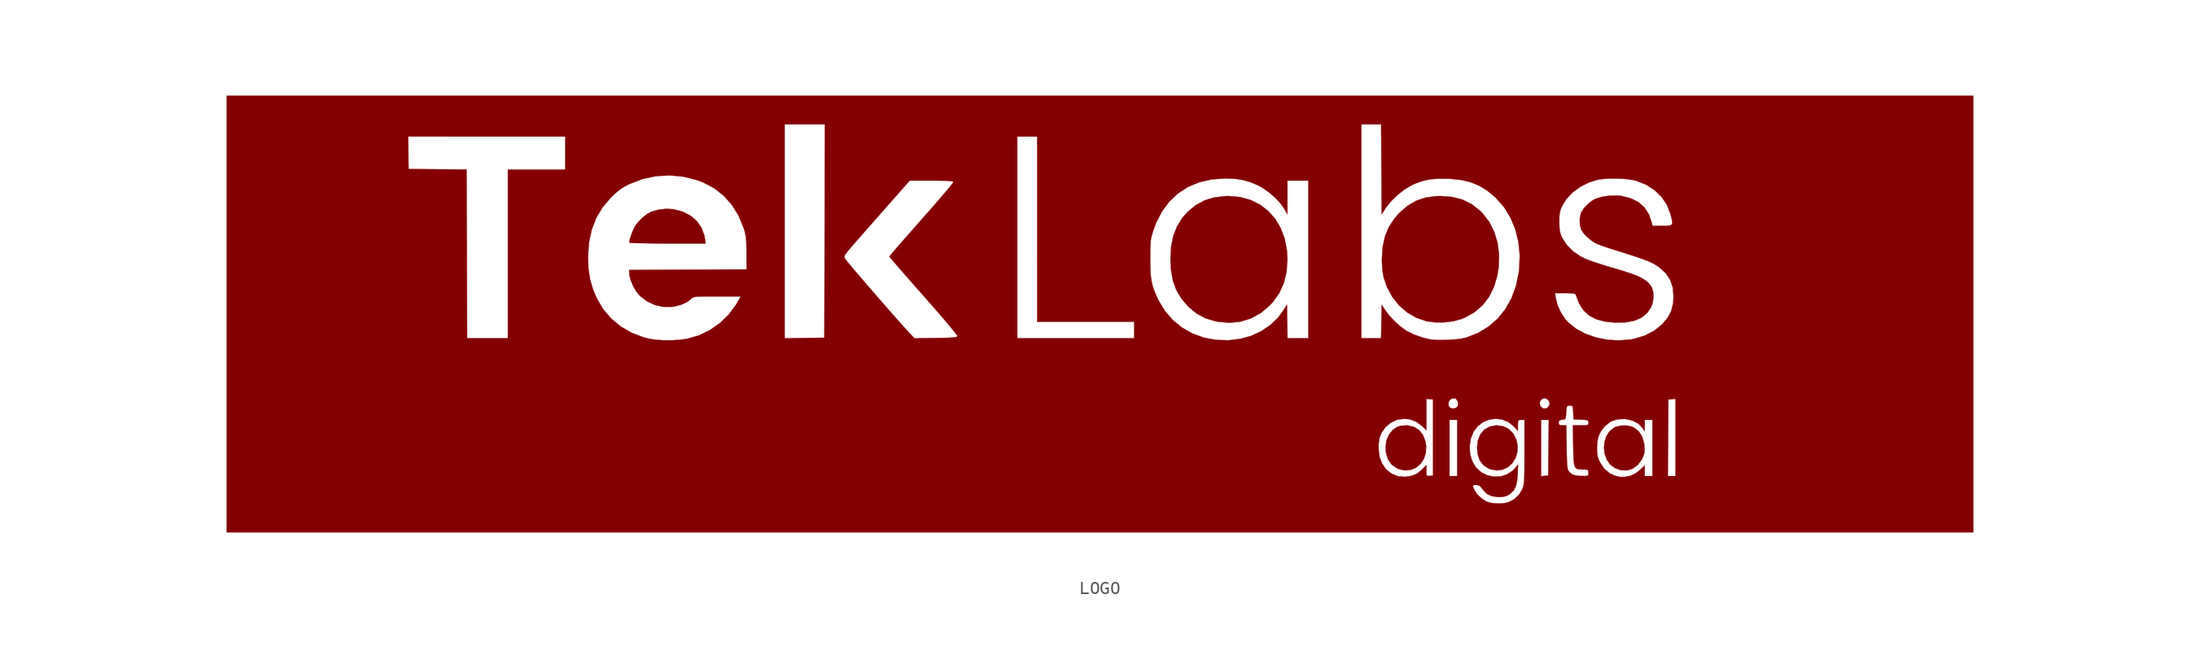
<source format=kicad_sym>
(kicad_symbol_lib
  (version 20211014)
  (generator kicad_symbol_editor)
  (symbol "LOGO"
    (pin_names
      (offset 1.016))
    (property "Reference" "#G"
      (at 0 16.129 0)
      (effects (font (size 1.27 1.27)) hide))
    (symbol "LOGO_0_0"
      (polyline (pts (xy 23.852 -11.97) (xy 24.261 -11.799) (xy 24.606 -11.512) (xy 24.866 -11.127) (xy 25.02 -10.661) (xy 25.044 -10.129) (xy 24.994 -9.803) (xy 24.809 -9.306) (xy 24.512 -8.924) (xy 24.115 -8.671) (xy 23.633 -8.554) (xy 23.079 -8.587) (xy 22.826 -8.667) (xy 22.468 -8.91) (xy 22.185 -9.268) (xy 21.999 -9.712) (xy 21.93 -10.211) (xy 21.961 -10.643) (xy 22.113 -11.155) (xy 22.392 -11.556) (xy 22.796 -11.844) (xy 22.929 -11.903) (xy 23.401 -12.011) (xy 23.852 -11.97)) (stroke (width 0.01) (type default) (color 0 0 0 0)) (fill (type outline)))
      (polyline (pts (xy 30.933 -11.945) (xy 31.334 -11.752) (xy 31.668 -11.448) (xy 31.914 -11.05) (xy 32.052 -10.577) (xy 32.058 -10.045) (xy 31.972 -9.65) (xy 31.746 -9.195) (xy 31.411 -8.849) (xy 30.985 -8.628) (xy 30.485 -8.551) (xy 30.418 -8.553) (xy 29.925 -8.644) (xy 29.519 -8.873) (xy 29.215 -9.225) (xy 29.023 -9.686) (xy 28.956 -10.243) (xy 29.001 -10.769) (xy 29.16 -11.24) (xy 29.44 -11.601) (xy 29.845 -11.863) (xy 30.016 -11.931) (xy 30.486 -12.011) (xy 30.933 -11.945)) (stroke (width 0.01) (type default) (color 0 0 0 0)) (fill (type outline)))
      (polyline (pts (xy 40.908 -11.871) (xy 41.295 -11.589) (xy 41.599 -11.17) (xy 41.711 -10.944) (xy 41.79 -10.713) (xy 41.815 -10.468) (xy 41.802 -10.131) (xy 41.783 -9.947) (xy 41.638 -9.422) (xy 41.369 -9.007) (xy 40.98 -8.708) (xy 40.828 -8.643) (xy 40.423 -8.563) (xy 39.986 -8.57) (xy 39.596 -8.667) (xy 39.477 -8.724) (xy 39.134 -8.998) (xy 38.89 -9.369) (xy 38.745 -9.804) (xy 38.7 -10.272) (xy 38.756 -10.74) (xy 38.913 -11.176) (xy 39.172 -11.549) (xy 39.533 -11.826) (xy 39.991 -11.991) (xy 40.466 -12.008) (xy 40.908 -11.871)) (stroke (width 0.01) (type default) (color 0 0 0 0)) (fill (type outline)))
      (polyline (pts (xy -30.341 5.807) (xy -30.387 6.055) (xy -30.61 6.644) (xy -30.969 7.15) (xy -31.454 7.56) (xy -32.049 7.863) (xy -32.742 8.046) (xy -33.308 8.079) (xy -33.923 8.01) (xy -34.479 7.846) (xy -34.757 7.692) (xy -35.107 7.419) (xy -35.438 7.094) (xy -35.692 6.766) (xy -35.795 6.569) (xy -35.92 6.276) (xy -36.035 5.959) (xy -36.12 5.676) (xy -36.153 5.488) (xy -36.095 5.474) (xy -35.887 5.459) (xy -35.544 5.446) (xy -35.087 5.435) (xy -34.535 5.426) (xy -33.906 5.421) (xy -33.22 5.419) (xy -30.288 5.419) (xy -30.341 5.807)) (stroke (width 0.01) (type default) (color 0 0 0 0)) (fill (type outline)))
      (polyline (pts (xy 10.798 -0.582) (xy 11.594 -0.334) (xy 12.332 0.07) (xy 13.004 0.628) (xy 13.3 0.95) (xy 13.784 1.64) (xy 14.124 2.403) (xy 14.325 3.249) (xy 14.39 4.191) (xy 14.35 4.907) (xy 14.177 5.798) (xy 13.873 6.603) (xy 13.451 7.312) (xy 12.918 7.915) (xy 12.283 8.401) (xy 11.558 8.76) (xy 10.75 8.983) (xy 9.869 9.058) (xy 9.614 9.053) (xy 8.767 8.954) (xy 8.014 8.722) (xy 7.339 8.352) (xy 6.725 7.838) (xy 6.324 7.383) (xy 5.914 6.732) (xy 5.63 6.002) (xy 5.464 5.175) (xy 5.41 4.233) (xy 5.453 3.376) (xy 5.601 2.56) (xy 5.864 1.839) (xy 6.25 1.188) (xy 6.767 0.586) (xy 6.833 0.52) (xy 7.438 0.027) (xy 8.092 -0.323) (xy 8.837 -0.551) (xy 9.07 -0.596) (xy 9.954 -0.67) (xy 10.798 -0.582)) (stroke (width 0.01) (type default) (color 0 0 0 0)) (fill (type outline)))
      (polyline (pts (xy 26.413 -0.64) (xy 27.105 -0.557) (xy 27.718 -0.395) (xy 28.024 -0.272) (xy 28.762 0.141) (xy 29.381 0.675) (xy 29.88 1.328) (xy 30.259 2.098) (xy 30.515 2.985) (xy 30.613 3.606) (xy 30.643 4.548) (xy 30.53 5.451) (xy 30.278 6.296) (xy 29.892 7.064) (xy 29.376 7.737) (xy 29.177 7.938) (xy 28.541 8.435) (xy 27.834 8.785) (xy 27.044 8.991) (xy 26.162 9.059) (xy 25.78 9.049) (xy 24.985 8.938) (xy 24.278 8.7) (xy 23.632 8.324) (xy 23.02 7.798) (xy 22.623 7.355) (xy 22.187 6.694) (xy 21.885 5.968) (xy 21.708 5.155) (xy 21.648 4.233) (xy 21.652 3.928) (xy 21.697 3.301) (xy 21.788 2.794) (xy 22.043 2.054) (xy 22.451 1.302) (xy 22.974 0.651) (xy 23.596 0.114) (xy 24.305 -0.293) (xy 25.084 -0.555) (xy 25.713 -0.641) (xy 26.413 -0.64)) (stroke (width 0.01) (type default) (color 0 0 0 0)) (fill (type outline)))
      (polyline (pts (xy 67.056 16.764) (xy -67.056 16.764) (xy -67.056 13.632) (xy -53.128 13.632) (xy -47.096 13.631) (xy -41.063 13.631) (xy -41.063 11.091) (xy -45.466 11.091) (xy -45.466 4.318) (xy -39.316 4.318) (xy -39.316 4.404) (xy -39.239 5.494) (xy -39.028 6.485) (xy -38.68 7.386) (xy -38.191 8.202) (xy -37.559 8.942) (xy -37.226 9.262) (xy -36.888 9.543) (xy -36.549 9.767) (xy -36.153 9.976) (xy -36.103 9.999) (xy -35.113 10.375) (xy -34.081 10.592) (xy -33.025 10.649) (xy -31.965 10.546) (xy -30.919 10.281) (xy -30.474 10.111) (xy -29.628 9.662) (xy -28.891 9.084) (xy -28.265 8.38) (xy -27.755 7.557) (xy -27.365 6.618) (xy -27.311 6.446) (xy -27.241 6.184) (xy -27.194 5.92) (xy -27.165 5.613) (xy -27.15 5.22) (xy -27.144 4.699) (xy -27.136 3.429) (xy -36.153 3.385) (xy -36.153 3.188) (xy -36.13 2.967) (xy -36.022 2.57) (xy -35.847 2.147) (xy -35.628 1.762) (xy -35.303 1.375) (xy -34.792 0.981) (xy -34.198 0.701) (xy -33.555 0.552) (xy -32.898 0.548) (xy -32.621 0.591) (xy -32.129 0.728) (xy -31.707 0.921) (xy -31.405 1.15) (xy -31.339 1.217) (xy -31.266 1.268) (xy -31.164 1.304) (xy -31.01 1.329) (xy -30.78 1.344) (xy -30.451 1.351) (xy -29.999 1.354) (xy -29.402 1.355) (xy -27.591 1.355) (xy -27.81 0.951) (xy -27.934 0.737) (xy -28.487 -0.018) (xy -29.163 -0.677) (xy -29.937 -1.222) (xy -30.785 -1.636) (xy -31.568 -1.866) (xy -24.215 -1.866) (xy -24.215 14.563) (xy -21.124 14.563) (xy 20.066 14.563) (xy 21.588 14.563) (xy 21.632 7.666) (xy 21.914 8.105) (xy 21.991 8.219) (xy 22.375 8.684) (xy 22.851 9.145) (xy 23.364 9.551) (xy 23.859 9.855) (xy 24.207 10.018) (xy 24.766 10.22) (xy 25.342 10.345) (xy 25.981 10.399) (xy 26.733 10.392) (xy 26.878 10.385) (xy 27.731 10.297) (xy 28.47 10.123) (xy 29.132 9.85) (xy 29.753 9.463) (xy 30.368 8.948) (xy 30.396 8.921) (xy 31.02 8.214) (xy 31.521 7.402) (xy 31.894 6.5) (xy 32.133 5.527) (xy 32.233 4.496) (xy 32.188 3.425) (xy 32.161 3.205) (xy 31.946 2.165) (xy 31.743 1.609) (xy 34.944 1.609) (xy 35.72 1.609) (xy 35.875 1.608) (xy 36.235 1.593) (xy 36.447 1.559) (xy 36.527 1.503) (xy 36.536 1.472) (xy 36.787 0.816) (xy 37.123 0.291) (xy 37.555 -0.11) (xy 38.096 -0.396) (xy 38.757 -0.576) (xy 39.55 -0.658) (xy 40.34 -0.642) (xy 41.007 -0.522) (xy 41.553 -0.293) (xy 41.984 0.047) (xy 42.306 0.5) (xy 42.431 0.832) (xy 42.499 1.259) (xy 42.484 1.676) (xy 42.383 2.015) (xy 42.316 2.134) (xy 42.146 2.359) (xy 41.921 2.561) (xy 41.623 2.75) (xy 41.234 2.935) (xy 40.734 3.125) (xy 40.105 3.33) (xy 39.329 3.559) (xy 38.91 3.682) (xy 38.379 3.848) (xy 37.889 4.011) (xy 37.481 4.158) (xy 37.195 4.275) (xy 36.905 4.424) (xy 36.322 4.824) (xy 35.843 5.301) (xy 35.502 5.825) (xy 35.482 5.866) (xy 35.373 6.122) (xy 35.309 6.367) (xy 35.277 6.66) (xy 35.268 7.063) (xy 35.267 7.14) (xy 35.276 7.521) (xy 35.309 7.803) (xy 35.377 8.048) (xy 35.491 8.317) (xy 35.826 8.853) (xy 36.303 9.351) (xy 36.886 9.776) (xy 37.546 10.107) (xy 38.252 10.321) (xy 38.399 10.347) (xy 38.876 10.393) (xy 39.433 10.409) (xy 40.009 10.396) (xy 40.542 10.354) (xy 40.971 10.284) (xy 41.218 10.218) (xy 41.959 9.92) (xy 42.604 9.502) (xy 43.138 8.978) (xy 43.545 8.361) (xy 43.81 7.666) (xy 43.895 7.335) (xy 43.947 7.056) (xy 43.921 6.889) (xy 43.799 6.806) (xy 43.559 6.777) (xy 43.182 6.773) (xy 42.421 6.773) (xy 42.37 7.006) (xy 42.157 7.64) (xy 41.817 8.171) (xy 41.355 8.586) (xy 40.772 8.883) (xy 40.069 9.062) (xy 39.731 9.096) (xy 39.137 9.086) (xy 38.554 9.002) (xy 38.056 8.853) (xy 37.788 8.703) (xy 37.456 8.439) (xy 37.162 8.132) (xy 36.966 7.838) (xy 36.918 7.719) (xy 36.842 7.315) (xy 36.85 6.879) (xy 36.944 6.495) (xy 37.114 6.226) (xy 37.39 5.93) (xy 37.726 5.65) (xy 38.075 5.431) (xy 38.272 5.346) (xy 38.593 5.226) (xy 38.988 5.09) (xy 39.412 4.955) (xy 39.92 4.798) (xy 40.621 4.577) (xy 41.191 4.39) (xy 41.648 4.232) (xy 42.012 4.094) (xy 42.301 3.969) (xy 42.536 3.852) (xy 42.734 3.733) (xy 42.973 3.568) (xy 43.456 3.124) (xy 43.788 2.62) (xy 43.981 2.037) (xy 44.043 1.355) (xy 44.014 0.848) (xy 43.872 0.252) (xy 43.596 -0.28) (xy 43.171 -0.785) (xy 42.573 -1.274) (xy 41.848 -1.653) (xy 41.014 -1.905) (xy 40.722 -1.959) (xy 39.842 -2.03) (xy 38.957 -1.976) (xy 38.098 -1.805) (xy 37.293 -1.524) (xy 36.574 -1.141) (xy 35.969 -0.663) (xy 35.711 -0.372) (xy 35.383 0.133) (xy 35.135 0.681) (xy 34.999 1.208) (xy 34.944 1.609) (xy 31.743 1.609) (xy 31.601 1.22) (xy 31.13 0.378) (xy 30.54 -0.354) (xy 29.836 -0.968) (xy 29.024 -1.458) (xy 28.109 -1.817) (xy 28.091 -1.822) (xy 27.733 -1.896) (xy 27.262 -1.951) (xy 26.733 -1.986) (xy 26.2 -1.998) (xy 25.717 -1.985) (xy 25.336 -1.944) (xy 24.787 -1.813) (xy 24.129 -1.583) (xy 23.552 -1.301) (xy 23.469 -1.251) (xy 23.05 -0.941) (xy 22.613 -0.546) (xy 22.215 -0.12) (xy 21.909 0.285) (xy 21.632 0.717) (xy 21.609 -0.573) (xy 21.585 -1.863) (xy 20.066 -1.863) (xy 20.066 14.563) (xy -21.124 14.563) (xy -21.127 13.631) (xy -6.35 13.631) (xy -4.826 13.631) (xy -4.826 4.276) (xy 3.857 4.276) (xy 3.858 4.719) (xy 3.865 5.143) (xy 3.88 5.467) (xy 3.91 5.728) (xy 3.958 5.965) (xy 4.029 6.216) (xy 4.128 6.519) (xy 4.301 6.983) (xy 4.752 7.868) (xy 5.314 8.629) (xy 5.983 9.26) (xy 6.753 9.759) (xy 7.617 10.12) (xy 8.57 10.34) (xy 9.605 10.414) (xy 9.763 10.413) (xy 10.432 10.379) (xy 11.012 10.286) (xy 11.566 10.122) (xy 12.155 9.873) (xy 12.45 9.714) (xy 12.947 9.37) (xy 13.428 8.956) (xy 13.843 8.515) (xy 14.147 8.089) (xy 14.392 7.662) (xy 14.393 8.954) (xy 14.393 10.245) (xy 16.002 10.245) (xy 16.002 -1.863) (xy 14.398 -1.863) (xy 14.374 -0.572) (xy 14.351 0.72) (xy 14.126 0.339) (xy 13.677 -0.276) (xy 13.082 -0.841) (xy 12.384 -1.315) (xy 11.612 -1.677) (xy 10.796 -1.907) (xy 9.86 -2.019) (xy 8.889 -1.988) (xy 7.962 -1.81) (xy 7.094 -1.492) (xy 6.298 -1.041) (xy 5.59 -0.464) (xy 4.986 0.233) (xy 4.498 1.043) (xy 4.371 1.308) (xy 4.179 1.752) (xy 4.04 2.162) (xy 3.947 2.579) (xy 3.89 3.044) (xy 3.863 3.595) (xy 3.857 4.276) (xy -4.826 4.276) (xy -4.826 -0.593) (xy 2.625 -0.593) (xy 2.625 -1.863) (xy -6.35 -1.863) (xy -6.35 13.631) (xy -21.127 13.631) (xy -21.145 6.371) (xy -21.149 4.408) (xy -19.637 4.408) (xy -19.619 4.47) (xy -19.57 4.558) (xy -19.48 4.684) (xy -19.342 4.859) (xy -19.146 5.094) (xy -18.882 5.4) (xy -18.543 5.788) (xy -18.119 6.27) (xy -17.602 6.858) (xy -16.981 7.561) (xy -14.616 10.245) (xy -12.822 10.245) (xy -12.262 10.242) (xy -11.849 10.235) (xy -11.562 10.22) (xy -11.382 10.199) (xy -11.288 10.168) (xy -11.261 10.127) (xy -11.285 10.083) (xy -11.408 9.921) (xy -11.624 9.655) (xy -11.924 9.299) (xy -12.294 8.867) (xy -12.724 8.37) (xy -13.202 7.824) (xy -13.716 7.242) (xy -14.064 6.85) (xy -14.554 6.294) (xy -15.001 5.785) (xy -15.392 5.337) (xy -15.716 4.963) (xy -15.961 4.676) (xy -16.117 4.489) (xy -16.171 4.415) (xy -16.124 4.35) (xy -15.975 4.17) (xy -15.734 3.889) (xy -15.413 3.517) (xy -15.023 3.07) (xy -14.575 2.558) (xy -14.079 1.996) (xy -13.548 1.395) (xy -13.056 0.836) (xy -12.558 0.266) (xy -12.108 -0.256) (xy -11.715 -0.718) (xy -11.392 -1.105) (xy -11.148 -1.406) (xy -10.996 -1.606) (xy -10.946 -1.693) (xy -10.95 -1.708) (xy -10.995 -1.749) (xy -11.105 -1.781) (xy -11.3 -1.804) (xy -11.601 -1.821) (xy -12.03 -1.833) (xy -12.607 -1.843) (xy -14.247 -1.866) (xy -14.553 -1.543) (xy -14.671 -1.417) (xy -14.951 -1.111) (xy -15.296 -0.726) (xy -15.694 -0.278) (xy -16.13 0.216) (xy -16.591 0.742) (xy -17.063 1.283) (xy -17.532 1.824) (xy -17.985 2.348) (xy -18.408 2.841) (xy -18.787 3.285) (xy -19.109 3.667) (xy -19.36 3.968) (xy -19.525 4.175) (xy -19.592 4.27) (xy -19.614 4.318) (xy -19.632 4.361) (xy -19.637 4.408) (xy -21.149 4.408) (xy -21.165 -1.82) (xy -22.69 -1.843) (xy -24.215 -1.866) (xy -31.568 -1.866) (xy -31.683 -1.9) (xy -31.702 -1.904) (xy -32.238 -1.978) (xy -32.858 -2.016) (xy -33.499 -2.016) (xy -34.1 -1.98) (xy -34.598 -1.905) (xy -35.031 -1.796) (xy -35.962 -1.445) (xy -36.799 -0.961) (xy -37.532 -0.353) (xy -38.149 0.371) (xy -38.64 1.203) (xy -38.934 1.893) (xy -39.154 2.642) (xy -39.278 3.432) (xy -39.316 4.318) (xy -45.466 4.318) (xy -45.466 -1.863) (xy -48.598 -1.863) (xy -48.619 4.619) (xy -48.641 11.1) (xy -50.867 11.117) (xy -53.092 11.134) (xy -53.11 12.383) (xy -53.128 13.632) (xy -67.056 13.632) (xy -67.056 -10.287) (xy 21.386 -10.287) (xy 21.393 -9.986) (xy 21.469 -9.489) (xy 21.639 -9.075) (xy 21.918 -8.696) (xy 22.299 -8.36) (xy 22.791 -8.125) (xy 23.349 -8.045) (xy 23.806 -8.089) (xy 24.297 -8.274) (xy 24.744 -8.615) (xy 25.061 -8.924) (xy 25.061 -6.509) (xy 25.318 -6.535) (xy 25.575 -6.562) (xy 25.575 -6.79) (xy 26.757 -6.79) (xy 26.86 -6.597) (xy 27.038 -6.477) (xy 27.266 -6.478) (xy 27.328 -6.509) (xy 27.455 -6.675) (xy 27.488 -6.822) (xy 33.76 -6.822) (xy 33.831 -6.629) (xy 33.98 -6.498) (xy 34.173 -6.463) (xy 34.374 -6.561) (xy 34.49 -6.703) (xy 34.533 -6.931) (xy 34.411 -7.148) (xy 34.25 -7.254) (xy 34.028 -7.257) (xy 33.838 -7.106) (xy 33.801 -7.043) (xy 33.76 -6.822) (xy 27.488 -6.822) (xy 27.506 -6.899) (xy 27.457 -7.104) (xy 27.438 -7.13) (xy 27.262 -7.239) (xy 27.04 -7.261) (xy 26.86 -7.183) (xy 26.757 -7.01) (xy 26.757 -6.79) (xy 25.575 -6.79) (xy 25.575 -8.128) (xy 26.839 -8.128) (xy 27.432 -8.128) (xy 27.432 -10.156) (xy 28.381 -10.156) (xy 28.469 -9.569) (xy 28.688 -9.027) (xy 29.006 -8.609) (xy 29.422 -8.296) (xy 29.898 -8.105) (xy 30.403 -8.04) (xy 30.906 -8.105) (xy 31.378 -8.304) (xy 31.787 -8.641) (xy 32.089 -8.975) (xy 32.089 -8.552) (xy 32.092 -8.342) (xy 32.117 -8.194) (xy 32.192 -8.137) (xy 32.343 -8.128) (xy 32.597 -8.128) (xy 32.596 -10.604) (xy 32.596 -10.742) (xy 32.595 -11.428) (xy 32.592 -11.97) (xy 32.586 -12.388) (xy 32.584 -12.457) (xy 33.867 -12.457) (xy 33.867 -8.128) (xy 34.462 -8.128) (xy 34.46 -8.345) (xy 35.221 -8.345) (xy 35.229 -8.253) (xy 35.303 -8.153) (xy 35.496 -8.112) (xy 35.555 -8.106) (xy 35.681 -8.079) (xy 35.748 -8.006) (xy 35.78 -7.845) (xy 35.797 -7.556) (xy 35.801 -7.463) (xy 35.82 -7.214) (xy 35.858 -7.084) (xy 35.934 -7.035) (xy 36.068 -7.027) (xy 36.111 -7.027) (xy 36.228 -7.043) (xy 36.291 -7.11) (xy 36.322 -7.268) (xy 36.339 -7.556) (xy 36.364 -8.086) (xy 36.936 -8.111) (xy 37.034 -8.115) (xy 37.297 -8.134) (xy 37.439 -8.168) (xy 37.496 -8.233) (xy 37.507 -8.344) (xy 37.506 -8.399) (xy 37.482 -8.485) (xy 37.4 -8.53) (xy 37.221 -8.548) (xy 36.909 -8.551) (xy 36.312 -8.551) (xy 36.338 -10.125) (xy 36.34 -10.255) (xy 38.161 -10.255) (xy 38.18 -9.876) (xy 38.27 -9.413) (xy 38.451 -9.019) (xy 38.742 -8.639) (xy 38.783 -8.596) (xy 39.206 -8.266) (xy 39.705 -8.088) (xy 40.282 -8.058) (xy 40.354 -8.065) (xy 40.885 -8.18) (xy 41.321 -8.402) (xy 41.635 -8.719) (xy 41.825 -9) (xy 41.825 -8.128) (xy 42.418 -8.128) (xy 42.418 -12.446) (xy 43.601 -12.446) (xy 43.623 -9.504) (xy 43.646 -6.562) (xy 44.196 -6.509) (xy 44.196 -12.446) (xy 43.601 -12.446) (xy 42.418 -12.446) (xy 41.825 -12.446) (xy 41.825 -11.628) (xy 41.456 -11.982) (xy 41.13 -12.241) (xy 40.699 -12.433) (xy 40.279 -12.512) (xy 39.899 -12.508) (xy 39.518 -12.41) (xy 39.137 -12.229) (xy 38.711 -11.87) (xy 38.387 -11.377) (xy 38.303 -11.195) (xy 38.211 -10.924) (xy 38.168 -10.635) (xy 38.161 -10.255) (xy 36.34 -10.255) (xy 36.349 -10.704) (xy 36.367 -11.158) (xy 36.4 -11.484) (xy 36.456 -11.704) (xy 36.546 -11.838) (xy 36.677 -11.908) (xy 36.859 -11.934) (xy 37.1 -11.938) (xy 37.285 -11.94) (xy 37.438 -11.965) (xy 37.497 -12.039) (xy 37.507 -12.192) (xy 37.507 -12.217) (xy 37.497 -12.349) (xy 37.439 -12.416) (xy 37.294 -12.44) (xy 37.02 -12.441) (xy 36.757 -12.431) (xy 36.446 -12.384) (xy 36.219 -12.282) (xy 36.026 -12.109) (xy 36.025 -12.107) (xy 35.967 -12.03) (xy 35.923 -11.931) (xy 35.891 -11.784) (xy 35.868 -11.565) (xy 35.852 -11.251) (xy 35.84 -10.816) (xy 35.83 -10.236) (xy 35.804 -8.551) (xy 35.513 -8.551) (xy 35.349 -8.542) (xy 35.245 -8.486) (xy 35.221 -8.345) (xy 34.46 -8.345) (xy 34.417 -12.404) (xy 34.142 -12.43) (xy 33.867 -12.457) (xy 32.584 -12.457) (xy 32.575 -12.705) (xy 32.557 -12.942) (xy 32.532 -13.12) (xy 32.497 -13.261) (xy 32.451 -13.385) (xy 32.393 -13.514) (xy 32.2 -13.84) (xy 31.819 -14.219) (xy 31.335 -14.466) (xy 31.038 -14.53) (xy 30.599 -14.555) (xy 30.149 -14.524) (xy 29.771 -14.438) (xy 29.623 -14.374) (xy 29.263 -14.134) (xy 28.946 -13.82) (xy 28.734 -13.486) (xy 28.66 -13.308) (xy 28.633 -13.178) (xy 28.705 -13.131) (xy 28.892 -13.127) (xy 28.98 -13.132) (xy 29.175 -13.205) (xy 29.337 -13.399) (xy 29.398 -13.49) (xy 29.713 -13.811) (xy 30.108 -13.996) (xy 30.607 -14.055) (xy 30.91 -14.042) (xy 31.184 -13.984) (xy 31.415 -13.864) (xy 31.52 -13.788) (xy 31.765 -13.546) (xy 31.928 -13.245) (xy 32.024 -12.85) (xy 32.069 -12.324) (xy 32.101 -11.557) (xy 31.875 -11.835) (xy 31.685 -12.033) (xy 31.255 -12.315) (xy 30.767 -12.467) (xy 30.252 -12.491) (xy 29.744 -12.386) (xy 29.274 -12.153) (xy 28.877 -11.792) (xy 28.865 -11.778) (xy 28.581 -11.302) (xy 28.419 -10.748) (xy 28.381 -10.156) (xy 27.432 -10.156) (xy 27.432 -12.446) (xy 26.839 -12.446) (xy 26.839 -8.128) (xy 25.575 -8.128) (xy 25.575 -12.404) (xy 25.318 -12.43) (xy 25.182 -12.439) (xy 25.097 -12.404) (xy 25.066 -12.281) (xy 25.061 -12.03) (xy 25.061 -11.604) (xy 24.697 -11.968) (xy 24.332 -12.265) (xy 23.939 -12.432) (xy 23.41 -12.508) (xy 22.856 -12.451) (xy 22.368 -12.252) (xy 21.963 -11.924) (xy 21.655 -11.479) (xy 21.457 -10.929) (xy 21.386 -10.287) (xy -67.056 -10.287) (xy -67.056 -16.764) (xy 67.056 -16.764) (xy 67.056 16.764)) (stroke (width 0.01) (type default) (color 0 0 0 0)) (fill (type outline))))))
</source>
